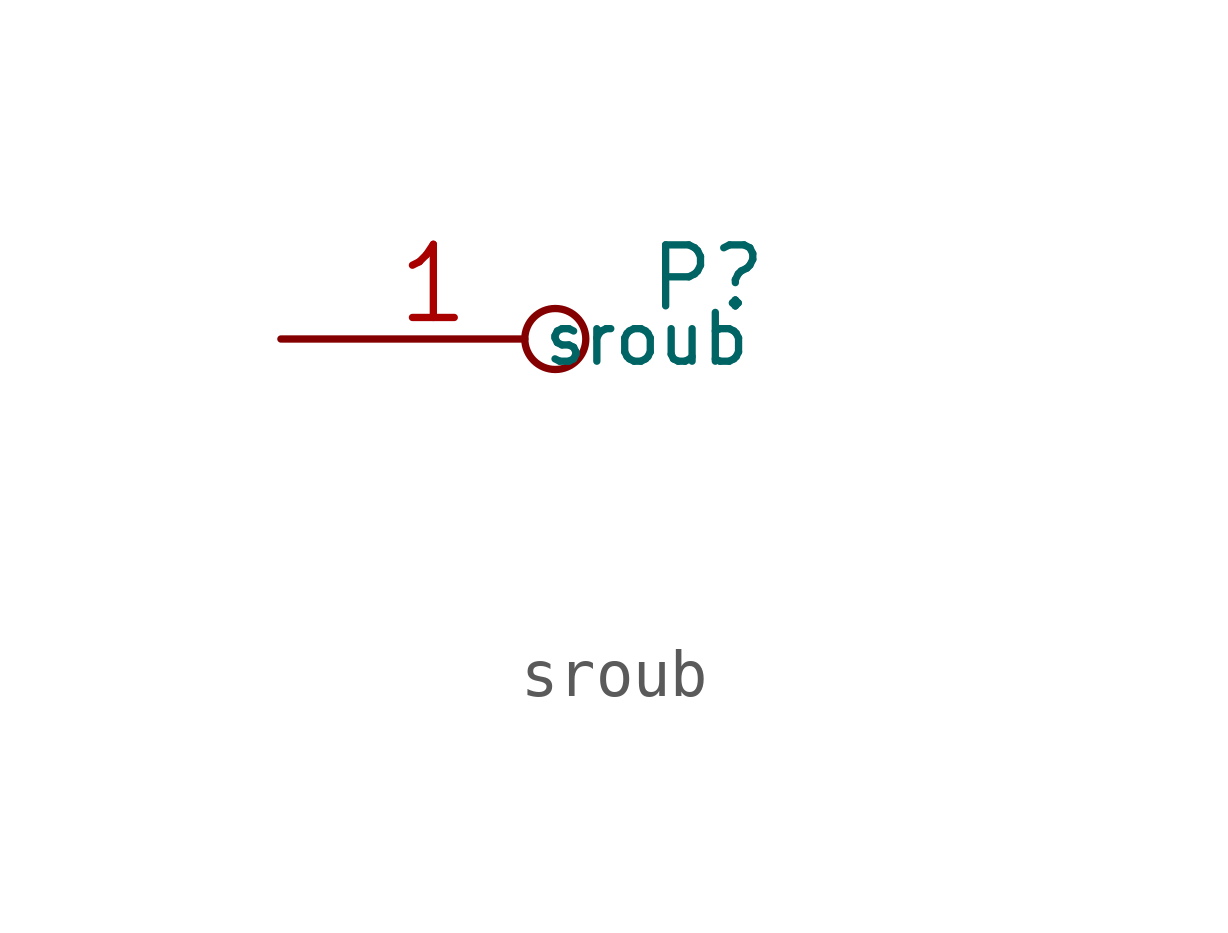
<source format=kicad_sym>
(kicad_symbol_lib
  (version 20211014)
  (generator kicad_symbol_editor)
  (symbol "sroub"
    (pin_names
      (offset 1.016) hide)
    (property "Reference" "P"
      (at 1.27 2.54 0)
      (effects (font (size 1.27 1.27))))
    (property "Value" "sroub"
      (at 0 1.27 0)
      (effects (font (size 1.016 1.016))))
    (property "Footprint" ""
      (at 6.35 -3.81 0)
      (effects (font (size 1.524 1.524))))
    (property "Datasheet" ""
      (at 6.35 -3.81 0)
      (effects (font (size 1.524 1.524))))
    (symbol "sroub_1_1"
      (pin passive inverted (at -7.62 1.27 0) (length 6.35) (name "P1" (effects (font (size 1.524 1.524)))) (number "1" (effects (font (size 1.524 1.524))))))))
</source>
